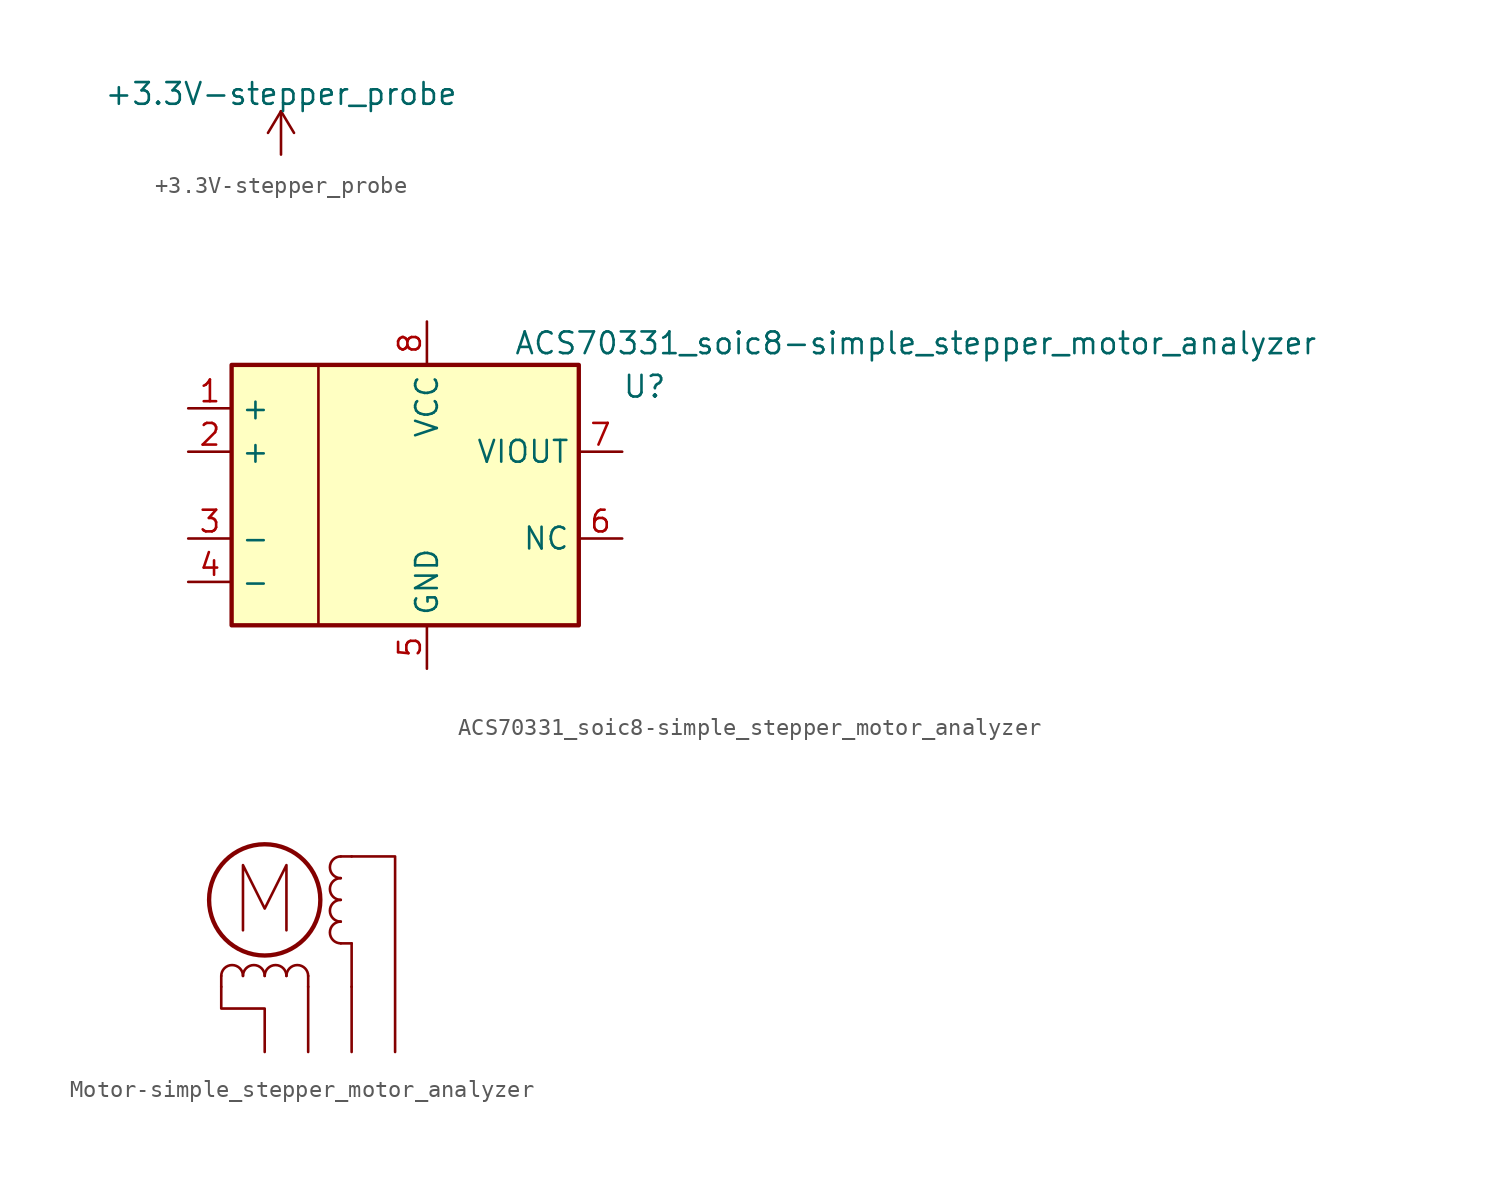
<source format=kicad_sym>
(kicad_symbol_lib
  (version 20211014)
  (generator kicad_symbol_editor)
  (symbol "+3.3V-stepper_probe"
    (power)
    (pin_names
      (offset 0))
    (property "Reference" "#PWR"
      (at 0 -3.81 0)
      (effects (font (size 1.27 1.27)) hide))
    (property "Value" "+3.3V-stepper_probe"
      (at 0 3.556 0)
      (effects (font (size 1.27 1.27))))
    (symbol "+3.3V-stepper_probe_0_1"
      (polyline (pts (xy -0.762 1.27) (xy 0 2.54)) (stroke (width 0) (type default) (color 0 0 0 0)) (fill (type none)))
      (polyline (pts (xy 0 0) (xy 0 2.54)) (stroke (width 0) (type default) (color 0 0 0 0)) (fill (type none)))
      (polyline (pts (xy 0 2.54) (xy 0.762 1.27)) (stroke (width 0) (type default) (color 0 0 0 0)) (fill (type none))))
    (symbol "+3.3V-stepper_probe_1_1"
      (pin power_out line (at 0 0 90) (length 0) hide (name "+3V3" (effects (font (size 1.27 1.27)))) (number "1" (effects (font (size 1.27 1.27)))))))
  (symbol "ACS70331_soic8-simple_stepper_motor_analyzer"
    (property "Reference" "U"
      (at 10.16 6.35 0)
      (effects (font (size 1.27 1.27)) (justify left)))
    (property "Value" "ACS70331_soic8-simple_stepper_motor_analyzer"
      (at 3.81 8.89 0)
      (effects (font (size 1.27 1.27)) (justify left)))
    (symbol "ACS70331_soic8-simple_stepper_motor_analyzer_0_1"
      (rectangle (start -12.7 7.62) (end 7.62 -7.62) (stroke (width 0.254) (type default) (color 0 0 0 0)) (fill (type background)))
      (polyline (pts (xy -7.62 7.62) (xy -7.62 -7.62)) (stroke (width 0) (type default) (color 0 0 0 0)) (fill (type none))))
    (symbol "ACS70331_soic8-simple_stepper_motor_analyzer_1_1"
      (pin passive line (at -15.24 5.08 0) (length 2.54) (name "+" (effects (font (size 1.27 1.27)))) (number "1" (effects (font (size 1.27 1.27)))))
      (pin passive line (at -15.24 2.54 0) (length 2.54) (name "+" (effects (font (size 1.27 1.27)))) (number "2" (effects (font (size 1.27 1.27)))))
      (pin passive line (at -15.24 -2.54 0) (length 2.54) (name "-" (effects (font (size 1.27 1.27)))) (number "3" (effects (font (size 1.27 1.27)))))
      (pin passive line (at -15.24 -5.08 0) (length 2.54) (name "-" (effects (font (size 1.27 1.27)))) (number "4" (effects (font (size 1.27 1.27)))))
      (pin power_in line (at -1.27 -10.16 90) (length 2.54) (name "GND" (effects (font (size 1.27 1.27)))) (number "5" (effects (font (size 1.27 1.27)))))
      (pin passive line (at 10.16 -2.54 180) (length 2.54) (name "NC" (effects (font (size 1.27 1.27)))) (number "6" (effects (font (size 1.27 1.27)))))
      (pin output line (at 10.16 2.54 180) (length 2.54) (name "VIOUT" (effects (font (size 1.27 1.27)))) (number "7" (effects (font (size 1.27 1.27)))))
      (pin power_in line (at -1.27 10.16 270) (length 2.54) (name "VCC" (effects (font (size 1.27 1.27)))) (number "8" (effects (font (size 1.27 1.27)))))))
  (symbol "Motor-simple_stepper_motor_analyzer"
    (pin_names
      (offset 0) hide)
    (property "Reference" "M"
      (at 1.27 10.16 0)
      (effects (font (size 1.27 1.27)) (justify left) hide))
    (symbol "Motor-simple_stepper_motor_analyzer_0_0"
      (polyline (pts (xy 5.08 0) (xy 5.08 -2.54)) (stroke (width 0) (type default) (color 0 0 0 0)) (fill (type none)))
      (polyline (pts (xy -1.27 0.762) (xy -1.27 4.572) (xy 0 2.032) (xy 1.27 4.572) (xy 1.27 0.762)) (stroke (width 0) (type default) (color 0 0 0 0)) (fill (type none))))
    (symbol "Motor-simple_stepper_motor_analyzer_0_1"
      (arc (start -1.27 -1.905) (mid -1.905 -1.27) (end -2.54 -1.905) (stroke (width 0) (type default) (color 0 0 0 0)) (fill (type none)))
      (arc (start 0 -1.905) (mid -0.635 -1.27) (end -1.27 -1.905) (stroke (width 0) (type default) (color 0 0 0 0)) (fill (type none)))
      (polyline (pts (xy -2.54 -2.54) (xy -2.54 -1.905)) (stroke (width 0) (type default) (color 0 0 0 0)) (fill (type none)))
      (polyline (pts (xy 2.54 -2.54) (xy 2.54 -6.35)) (stroke (width 0) (type default) (color 0 0 0 0)) (fill (type none)))
      (polyline (pts (xy 2.54 -2.54) (xy 2.54 -1.905)) (stroke (width 0) (type default) (color 0 0 0 0)) (fill (type none)))
      (polyline (pts (xy 5.08 -2.54) (xy 5.08 -6.35)) (stroke (width 0) (type default) (color 0 0 0 0)) (fill (type none)))
      (polyline (pts (xy 5.08 0) (xy 4.445 0)) (stroke (width 0) (type default) (color 0 0 0 0)) (fill (type none)))
      (polyline (pts (xy 5.08 5.08) (xy 4.445 5.08)) (stroke (width 0) (type default) (color 0 0 0 0)) (fill (type none)))
      (polyline (pts (xy 7.62 -6.35) (xy 7.62 5.08) (xy 5.08 5.08)) (stroke (width 0) (type default) (color 0 0 0 0)) (fill (type none)))
      (polyline (pts (xy 0 -6.35) (xy 0 -3.81) (xy -2.54 -3.81) (xy -2.54 -2.54)) (stroke (width 0) (type default) (color 0 0 0 0)) (fill (type none)))
      (circle (center 0 2.54) (radius 3.251) (stroke (width 0.254) (type default) (color 0 0 0 0)) (fill (type none)))
      (arc (start 1.27 -1.905) (mid 0.635 -1.27) (end 0 -1.905) (stroke (width 0) (type default) (color 0 0 0 0)) (fill (type none)))
      (arc (start 2.54 -1.905) (mid 1.905 -1.27) (end 1.27 -1.905) (stroke (width 0) (type default) (color 0 0 0 0)) (fill (type none)))
      (arc (start 4.445 1.27) (mid 3.81 0.635) (end 4.445 0) (stroke (width 0) (type default) (color 0 0 0 0)) (fill (type none)))
      (arc (start 4.445 2.54) (mid 3.81 1.905) (end 4.445 1.27) (stroke (width 0) (type default) (color 0 0 0 0)) (fill (type none)))
      (arc (start 4.445 3.81) (mid 3.81 3.175) (end 4.445 2.54) (stroke (width 0) (type default) (color 0 0 0 0)) (fill (type none)))
      (arc (start 4.445 5.08) (mid 3.81 4.445) (end 4.445 3.81) (stroke (width 0) (type default) (color 0 0 0 0)) (fill (type none))))))
</source>
